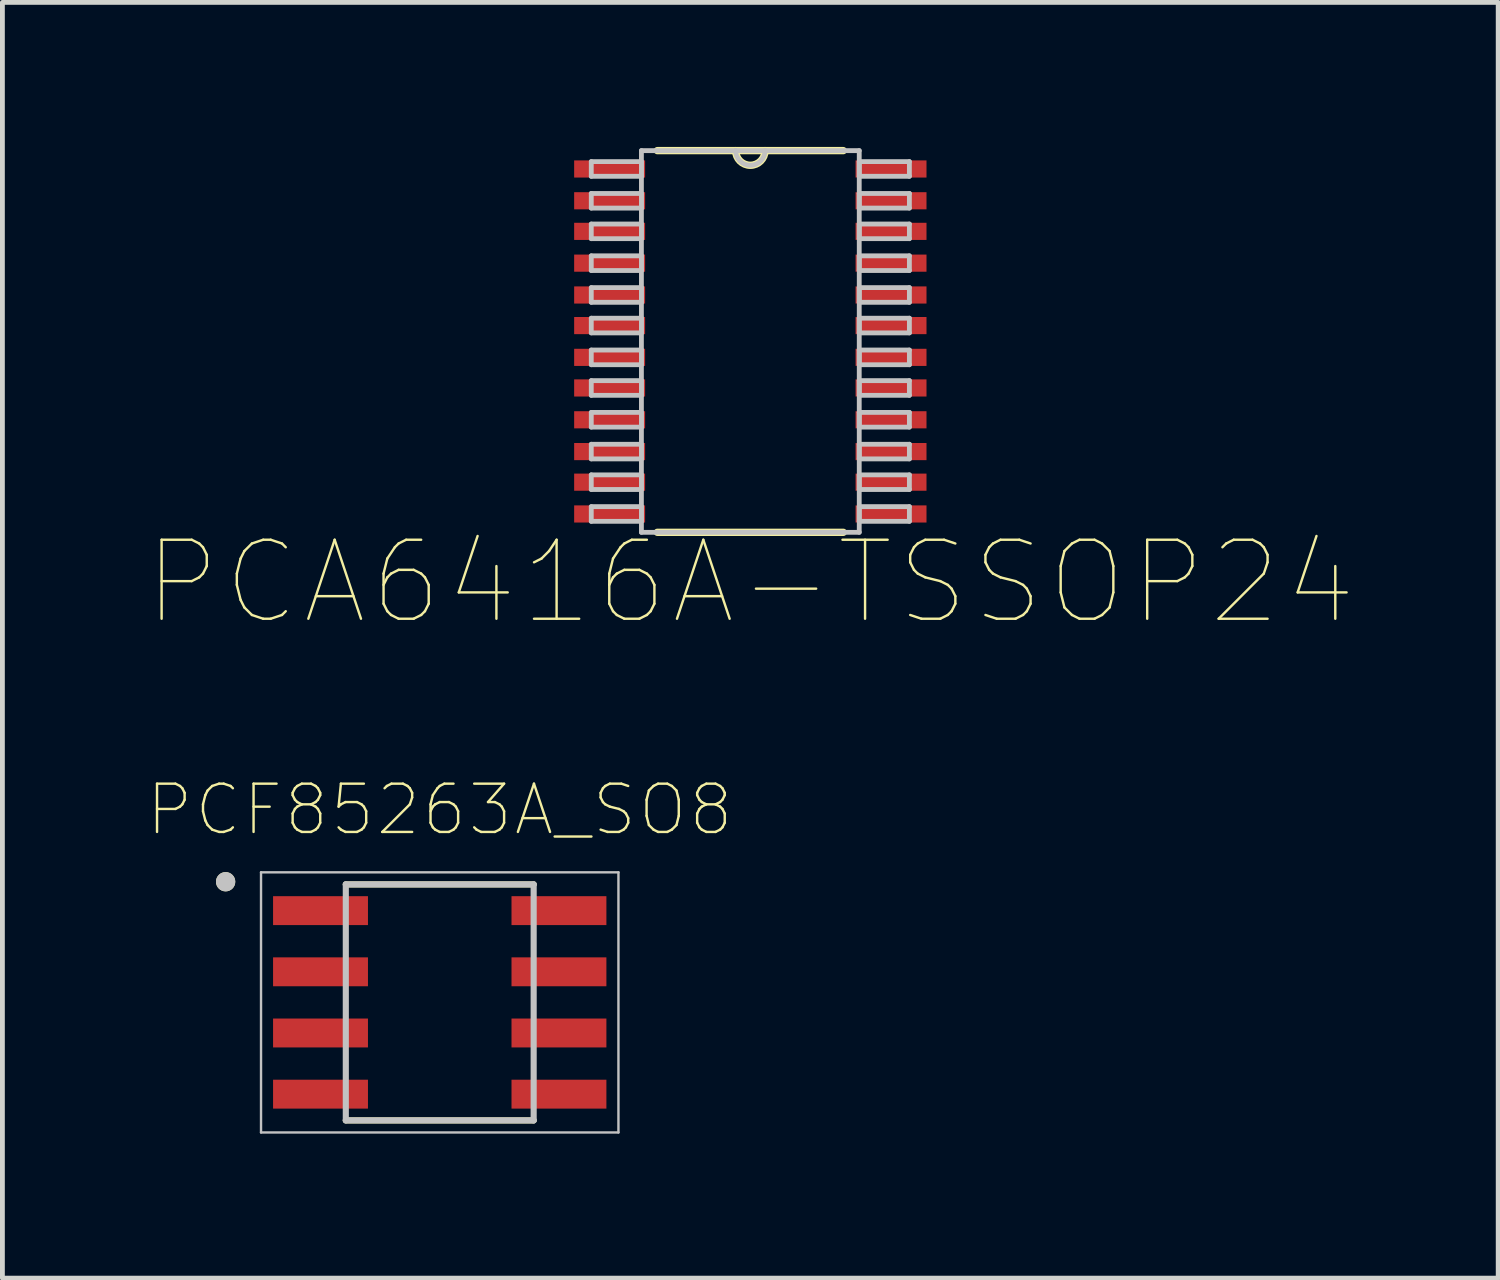
<source format=kicad_pcb>
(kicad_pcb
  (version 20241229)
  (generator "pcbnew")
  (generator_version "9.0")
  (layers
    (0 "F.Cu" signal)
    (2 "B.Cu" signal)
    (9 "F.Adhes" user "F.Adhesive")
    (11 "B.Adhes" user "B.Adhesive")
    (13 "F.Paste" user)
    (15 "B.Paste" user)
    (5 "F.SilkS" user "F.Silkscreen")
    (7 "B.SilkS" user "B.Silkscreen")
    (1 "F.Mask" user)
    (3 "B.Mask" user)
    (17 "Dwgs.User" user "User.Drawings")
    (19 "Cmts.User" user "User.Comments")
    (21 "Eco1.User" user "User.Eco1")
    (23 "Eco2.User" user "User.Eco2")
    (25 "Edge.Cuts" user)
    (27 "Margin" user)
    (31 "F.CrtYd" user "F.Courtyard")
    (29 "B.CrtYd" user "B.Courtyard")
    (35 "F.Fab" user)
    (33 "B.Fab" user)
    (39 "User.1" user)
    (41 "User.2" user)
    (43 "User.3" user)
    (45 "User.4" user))
  (footprint "PCA6416A-TSSOP24"
    (layer "F.Cu")
    (at 12.527 4.039)
    (property "Reference" "PCA6416A-TSSOP24" (at 0 5 0) (layer "F.SilkS") (effects (font (size 1.64 1.64) (thickness 0.05))))
    (attr smd)
    (fp_line (start -1.93 3.962) (end 1.93 3.962) (stroke (width 0.152) (type solid)) (layer "F.SilkS"))
    (fp_line (start -0.305 -3.962) (end -1.93 -3.962) (stroke (width 0.152) (type solid)) (layer "F.SilkS"))
    (fp_line (start 0.305 -3.962) (end -0.305 -3.962) (stroke (width 0.152) (type solid)) (layer "F.SilkS"))
    (fp_line (start 1.93 -3.962) (end 0.305 -3.962) (stroke (width 0.152) (type solid)) (layer "F.SilkS"))
    (fp_arc (start 0.3048 -3.9624) (mid 0 -3.6576) (end -0.3048 -3.9624) (stroke (width 0.1524) (type solid)) (layer "F.SilkS"))
    (fp_line (start -3.302 -3.734) (end -3.302 -3.429) (stroke (width 0.1) (type solid)) (layer "Dwgs.User"))
    (fp_line (start -3.302 -3.429) (end -2.261 -3.429) (stroke (width 0.1) (type solid)) (layer "Dwgs.User"))
    (fp_line (start -3.302 -3.073) (end -3.302 -2.769) (stroke (width 0.1) (type solid)) (layer "Dwgs.User"))
    (fp_line (start -3.302 -2.769) (end -2.261 -2.769) (stroke (width 0.1) (type solid)) (layer "Dwgs.User"))
    (fp_line (start -3.302 -2.438) (end -3.302 -2.134) (stroke (width 0.1) (type solid)) (layer "Dwgs.User"))
    (fp_line (start -3.302 -2.134) (end -2.261 -2.134) (stroke (width 0.1) (type solid)) (layer "Dwgs.User"))
    (fp_line (start -3.302 -1.778) (end -3.302 -1.473) (stroke (width 0.1) (type solid)) (layer "Dwgs.User"))
    (fp_line (start -3.302 -1.473) (end -2.261 -1.473) (stroke (width 0.1) (type solid)) (layer "Dwgs.User"))
    (fp_line (start -3.302 -1.118) (end -3.302 -0.813) (stroke (width 0.1) (type solid)) (layer "Dwgs.User"))
    (fp_line (start -3.302 -0.813) (end -2.261 -0.813) (stroke (width 0.1) (type solid)) (layer "Dwgs.User"))
    (fp_line (start -3.302 -0.483) (end -3.302 -0.178) (stroke (width 0.1) (type solid)) (layer "Dwgs.User"))
    (fp_line (start -3.302 -0.178) (end -2.261 -0.178) (stroke (width 0.1) (type solid)) (layer "Dwgs.User"))
    (fp_line (start -3.302 0.178) (end -3.302 0.483) (stroke (width 0.1) (type solid)) (layer "Dwgs.User"))
    (fp_line (start -3.302 0.483) (end -2.261 0.483) (stroke (width 0.1) (type solid)) (layer "Dwgs.User"))
    (fp_line (start -3.302 0.813) (end -3.302 1.118) (stroke (width 0.1) (type solid)) (layer "Dwgs.User"))
    (fp_line (start -3.302 1.118) (end -2.261 1.118) (stroke (width 0.1) (type solid)) (layer "Dwgs.User"))
    (fp_line (start -3.302 1.473) (end -3.302 1.778) (stroke (width 0.1) (type solid)) (layer "Dwgs.User"))
    (fp_line (start -3.302 1.778) (end -2.261 1.778) (stroke (width 0.1) (type solid)) (layer "Dwgs.User"))
    (fp_line (start -3.302 2.134) (end -3.302 2.438) (stroke (width 0.1) (type solid)) (layer "Dwgs.User"))
    (fp_line (start -3.302 2.438) (end -2.261 2.438) (stroke (width 0.1) (type solid)) (layer "Dwgs.User"))
    (fp_line (start -3.302 2.769) (end -3.302 3.073) (stroke (width 0.1) (type solid)) (layer "Dwgs.User"))
    (fp_line (start -3.302 3.073) (end -2.261 3.073) (stroke (width 0.1) (type solid)) (layer "Dwgs.User"))
    (fp_line (start -3.302 3.429) (end -3.302 3.734) (stroke (width 0.1) (type solid)) (layer "Dwgs.User"))
    (fp_line (start -3.302 3.734) (end -2.261 3.734) (stroke (width 0.1) (type solid)) (layer "Dwgs.User"))
    (fp_line (start -2.261 -3.962) (end -2.261 3.962) (stroke (width 0.1) (type solid)) (layer "Dwgs.User"))
    (fp_line (start -2.261 -3.734) (end -3.302 -3.734) (stroke (width 0.1) (type solid)) (layer "Dwgs.User"))
    (fp_line (start -2.261 -3.429) (end -2.261 -3.734) (stroke (width 0.1) (type solid)) (layer "Dwgs.User"))
    (fp_line (start -2.261 -3.073) (end -3.302 -3.073) (stroke (width 0.1) (type solid)) (layer "Dwgs.User"))
    (fp_line (start -2.261 -2.769) (end -2.261 -3.073) (stroke (width 0.1) (type solid)) (layer "Dwgs.User"))
    (fp_line (start -2.261 -2.438) (end -3.302 -2.438) (stroke (width 0.1) (type solid)) (layer "Dwgs.User"))
    (fp_line (start -2.261 -2.134) (end -2.261 -2.438) (stroke (width 0.1) (type solid)) (layer "Dwgs.User"))
    (fp_line (start -2.261 -1.778) (end -3.302 -1.778) (stroke (width 0.1) (type solid)) (layer "Dwgs.User"))
    (fp_line (start -2.261 -1.473) (end -2.261 -1.778) (stroke (width 0.1) (type solid)) (layer "Dwgs.User"))
    (fp_line (start -2.261 -1.118) (end -3.302 -1.118) (stroke (width 0.1) (type solid)) (layer "Dwgs.User"))
    (fp_line (start -2.261 -0.813) (end -2.261 -1.118) (stroke (width 0.1) (type solid)) (layer "Dwgs.User"))
    (fp_line (start -2.261 -0.483) (end -3.302 -0.483) (stroke (width 0.1) (type solid)) (layer "Dwgs.User"))
    (fp_line (start -2.261 -0.178) (end -2.261 -0.483) (stroke (width 0.1) (type solid)) (layer "Dwgs.User"))
    (fp_line (start -2.261 0.178) (end -3.302 0.178) (stroke (width 0.1) (type solid)) (layer "Dwgs.User"))
    (fp_line (start -2.261 0.483) (end -2.261 0.178) (stroke (width 0.1) (type solid)) (layer "Dwgs.User"))
    (fp_line (start -2.261 0.813) (end -3.302 0.813) (stroke (width 0.1) (type solid)) (layer "Dwgs.User"))
    (fp_line (start -2.261 1.118) (end -2.261 0.813) (stroke (width 0.1) (type solid)) (layer "Dwgs.User"))
    (fp_line (start -2.261 1.473) (end -3.302 1.473) (stroke (width 0.1) (type solid)) (layer "Dwgs.User"))
    (fp_line (start -2.261 1.778) (end -2.261 1.473) (stroke (width 0.1) (type solid)) (layer "Dwgs.User"))
    (fp_line (start -2.261 2.134) (end -3.302 2.134) (stroke (width 0.1) (type solid)) (layer "Dwgs.User"))
    (fp_line (start -2.261 2.438) (end -2.261 2.134) (stroke (width 0.1) (type solid)) (layer "Dwgs.User"))
    (fp_line (start -2.261 2.769) (end -3.302 2.769) (stroke (width 0.1) (type solid)) (layer "Dwgs.User"))
    (fp_line (start -2.261 3.073) (end -2.261 2.769) (stroke (width 0.1) (type solid)) (layer "Dwgs.User"))
    (fp_line (start -2.261 3.429) (end -3.302 3.429) (stroke (width 0.1) (type solid)) (layer "Dwgs.User"))
    (fp_line (start -2.261 3.734) (end -2.261 3.429) (stroke (width 0.1) (type solid)) (layer "Dwgs.User"))
    (fp_line (start -2.261 3.962) (end 2.261 3.962) (stroke (width 0.1) (type solid)) (layer "Dwgs.User"))
    (fp_line (start -0.305 -3.962) (end -2.261 -3.962) (stroke (width 0.1) (type solid)) (layer "Dwgs.User"))
    (fp_line (start 0.305 -3.962) (end -0.305 -3.962) (stroke (width 0.1) (type solid)) (layer "Dwgs.User"))
    (fp_line (start 2.261 -3.962) (end 0.305 -3.962) (stroke (width 0.1) (type solid)) (layer "Dwgs.User"))
    (fp_line (start 2.261 -3.734) (end 2.261 -3.429) (stroke (width 0.1) (type solid)) (layer "Dwgs.User"))
    (fp_line (start 2.261 -3.429) (end 3.302 -3.429) (stroke (width 0.1) (type solid)) (layer "Dwgs.User"))
    (fp_line (start 2.261 -3.073) (end 2.261 -2.769) (stroke (width 0.1) (type solid)) (layer "Dwgs.User"))
    (fp_line (start 2.261 -2.769) (end 3.302 -2.769) (stroke (width 0.1) (type solid)) (layer "Dwgs.User"))
    (fp_line (start 2.261 -2.438) (end 2.261 -2.134) (stroke (width 0.1) (type solid)) (layer "Dwgs.User"))
    (fp_line (start 2.261 -2.134) (end 3.302 -2.134) (stroke (width 0.1) (type solid)) (layer "Dwgs.User"))
    (fp_line (start 2.261 -1.778) (end 2.261 -1.473) (stroke (width 0.1) (type solid)) (layer "Dwgs.User"))
    (fp_line (start 2.261 -1.473) (end 3.302 -1.473) (stroke (width 0.1) (type solid)) (layer "Dwgs.User"))
    (fp_line (start 2.261 -1.118) (end 2.261 -0.813) (stroke (width 0.1) (type solid)) (layer "Dwgs.User"))
    (fp_line (start 2.261 -0.813) (end 3.302 -0.813) (stroke (width 0.1) (type solid)) (layer "Dwgs.User"))
    (fp_line (start 2.261 -0.483) (end 2.261 -0.178) (stroke (width 0.1) (type solid)) (layer "Dwgs.User"))
    (fp_line (start 2.261 -0.178) (end 3.302 -0.178) (stroke (width 0.1) (type solid)) (layer "Dwgs.User"))
    (fp_line (start 2.261 0.178) (end 2.261 0.483) (stroke (width 0.1) (type solid)) (layer "Dwgs.User"))
    (fp_line (start 2.261 0.483) (end 3.302 0.483) (stroke (width 0.1) (type solid)) (layer "Dwgs.User"))
    (fp_line (start 2.261 0.813) (end 2.261 1.118) (stroke (width 0.1) (type solid)) (layer "Dwgs.User"))
    (fp_line (start 2.261 1.118) (end 3.302 1.118) (stroke (width 0.1) (type solid)) (layer "Dwgs.User"))
    (fp_line (start 2.261 1.473) (end 2.261 1.778) (stroke (width 0.1) (type solid)) (layer "Dwgs.User"))
    (fp_line (start 2.261 1.778) (end 3.302 1.778) (stroke (width 0.1) (type solid)) (layer "Dwgs.User"))
    (fp_line (start 2.261 2.134) (end 2.261 2.438) (stroke (width 0.1) (type solid)) (layer "Dwgs.User"))
    (fp_line (start 2.261 2.438) (end 3.302 2.438) (stroke (width 0.1) (type solid)) (layer "Dwgs.User"))
    (fp_line (start 2.261 2.769) (end 2.261 3.073) (stroke (width 0.1) (type solid)) (layer "Dwgs.User"))
    (fp_line (start 2.261 3.073) (end 3.302 3.073) (stroke (width 0.1) (type solid)) (layer "Dwgs.User"))
    (fp_line (start 2.261 3.429) (end 2.261 3.734) (stroke (width 0.1) (type solid)) (layer "Dwgs.User"))
    (fp_line (start 2.261 3.734) (end 3.302 3.734) (stroke (width 0.1) (type solid)) (layer "Dwgs.User"))
    (fp_line (start 2.261 3.962) (end 2.261 -3.962) (stroke (width 0.1) (type solid)) (layer "Dwgs.User"))
    (fp_line (start 3.302 -3.734) (end 2.261 -3.734) (stroke (width 0.1) (type solid)) (layer "Dwgs.User"))
    (fp_line (start 3.302 -3.429) (end 3.302 -3.734) (stroke (width 0.1) (type solid)) (layer "Dwgs.User"))
    (fp_line (start 3.302 -3.073) (end 2.261 -3.073) (stroke (width 0.1) (type solid)) (layer "Dwgs.User"))
    (fp_line (start 3.302 -2.769) (end 3.302 -3.073) (stroke (width 0.1) (type solid)) (layer "Dwgs.User"))
    (fp_line (start 3.302 -2.438) (end 2.261 -2.438) (stroke (width 0.1) (type solid)) (layer "Dwgs.User"))
    (fp_line (start 3.302 -2.134) (end 3.302 -2.438) (stroke (width 0.1) (type solid)) (layer "Dwgs.User"))
    (fp_line (start 3.302 -1.778) (end 2.261 -1.778) (stroke (width 0.1) (type solid)) (layer "Dwgs.User"))
    (fp_line (start 3.302 -1.473) (end 3.302 -1.778) (stroke (width 0.1) (type solid)) (layer "Dwgs.User"))
    (fp_line (start 3.302 -1.118) (end 2.261 -1.118) (stroke (width 0.1) (type solid)) (layer "Dwgs.User"))
    (fp_line (start 3.302 -0.813) (end 3.302 -1.118) (stroke (width 0.1) (type solid)) (layer "Dwgs.User"))
    (fp_line (start 3.302 -0.483) (end 2.261 -0.483) (stroke (width 0.1) (type solid)) (layer "Dwgs.User"))
    (fp_line (start 3.302 -0.178) (end 3.302 -0.483) (stroke (width 0.1) (type solid)) (layer "Dwgs.User"))
    (fp_line (start 3.302 0.178) (end 2.261 0.178) (stroke (width 0.1) (type solid)) (layer "Dwgs.User"))
    (fp_line (start 3.302 0.483) (end 3.302 0.178) (stroke (width 0.1) (type solid)) (layer "Dwgs.User"))
    (fp_line (start 3.302 0.813) (end 2.261 0.813) (stroke (width 0.1) (type solid)) (layer "Dwgs.User"))
    (fp_line (start 3.302 1.118) (end 3.302 0.813) (stroke (width 0.1) (type solid)) (layer "Dwgs.User"))
    (fp_line (start 3.302 1.473) (end 2.261 1.473) (stroke (width 0.1) (type solid)) (layer "Dwgs.User"))
    (fp_line (start 3.302 1.778) (end 3.302 1.473) (stroke (width 0.1) (type solid)) (layer "Dwgs.User"))
    (fp_line (start 3.302 2.134) (end 2.261 2.134) (stroke (width 0.1) (type solid)) (layer "Dwgs.User"))
    (fp_line (start 3.302 2.438) (end 3.302 2.134) (stroke (width 0.1) (type solid)) (layer "Dwgs.User"))
    (fp_line (start 3.302 2.769) (end 2.261 2.769) (stroke (width 0.1) (type solid)) (layer "Dwgs.User"))
    (fp_line (start 3.302 3.073) (end 3.302 2.769) (stroke (width 0.1) (type solid)) (layer "Dwgs.User"))
    (fp_line (start 3.302 3.429) (end 2.261 3.429) (stroke (width 0.1) (type solid)) (layer "Dwgs.User"))
    (fp_line (start 3.302 3.734) (end 3.302 3.429) (stroke (width 0.1) (type solid)) (layer "Dwgs.User"))
    (fp_arc (start 0.3048 -3.9624) (mid 0 -3.6576) (end -0.3048 -3.9624) (stroke (width 0.1) (type solid)) (layer "Dwgs.User"))
    (pad "1" smd rect (at -2.921 -3.581) (size 1.473 0.356) (layers "F.Cu" "F.Mask" "F.Paste"))
    (pad "2" smd rect (at -2.921 -2.921) (size 1.473 0.356) (layers "F.Cu" "F.Mask" "F.Paste"))
    (pad "3" smd rect (at -2.921 -2.286) (size 1.473 0.356) (layers "F.Cu" "F.Mask" "F.Paste"))
    (pad "4" smd rect (at -2.921 -1.626) (size 1.473 0.356) (layers "F.Cu" "F.Mask" "F.Paste"))
    (pad "5" smd rect (at -2.921 -0.965) (size 1.473 0.356) (layers "F.Cu" "F.Mask" "F.Paste"))
    (pad "6" smd rect (at -2.921 -0.33) (size 1.473 0.356) (layers "F.Cu" "F.Mask" "F.Paste"))
    (pad "7" smd rect (at -2.921 0.33) (size 1.473 0.356) (layers "F.Cu" "F.Mask" "F.Paste"))
    (pad "8" smd rect (at -2.921 0.965) (size 1.473 0.356) (layers "F.Cu" "F.Mask" "F.Paste"))
    (pad "9" smd rect (at -2.921 1.626) (size 1.473 0.356) (layers "F.Cu" "F.Mask" "F.Paste"))
    (pad "10" smd rect (at -2.921 2.286) (size 1.473 0.356) (layers "F.Cu" "F.Mask" "F.Paste"))
    (pad "11" smd rect (at -2.921 2.921) (size 1.473 0.356) (layers "F.Cu" "F.Mask" "F.Paste"))
    (pad "12" smd rect (at -2.921 3.581) (size 1.473 0.356) (layers "F.Cu" "F.Mask" "F.Paste"))
    (pad "13" smd rect (at 2.921 3.581) (size 1.473 0.356) (layers "F.Cu" "F.Mask" "F.Paste"))
    (pad "14" smd rect (at 2.921 2.921) (size 1.473 0.356) (layers "F.Cu" "F.Mask" "F.Paste"))
    (pad "15" smd rect (at 2.921 2.286) (size 1.473 0.356) (layers "F.Cu" "F.Mask" "F.Paste"))
    (pad "16" smd rect (at 2.921 1.626) (size 1.473 0.356) (layers "F.Cu" "F.Mask" "F.Paste"))
    (pad "17" smd rect (at 2.921 0.965) (size 1.473 0.356) (layers "F.Cu" "F.Mask" "F.Paste"))
    (pad "18" smd rect (at 2.921 0.33) (size 1.473 0.356) (layers "F.Cu" "F.Mask" "F.Paste"))
    (pad "19" smd rect (at 2.921 -0.33) (size 1.473 0.356) (layers "F.Cu" "F.Mask" "F.Paste"))
    (pad "20" smd rect (at 2.921 -0.965) (size 1.473 0.356) (layers "F.Cu" "F.Mask" "F.Paste"))
    (pad "21" smd rect (at 2.921 -1.626) (size 1.473 0.356) (layers "F.Cu" "F.Mask" "F.Paste"))
    (pad "22" smd rect (at 2.921 -2.286) (size 1.473 0.356) (layers "F.Cu" "F.Mask" "F.Paste"))
    (pad "23" smd rect (at 2.921 -2.921) (size 1.473 0.356) (layers "F.Cu" "F.Mask" "F.Paste"))
    (pad "24" smd rect (at 2.921 -3.581) (size 1.473 0.356) (layers "F.Cu" "F.Mask" "F.Paste")))
  (footprint "PCF85263A_SO8"
    (layer "F.Cu")
    (at 6.079 17.76)
    (property "Reference" "PCF85263A_SO8" (at 0 -4 0) (layer "F.SilkS") (effects (font (size 1.002 1.002) (thickness 0.05))))
    (attr smd)
    (fp_line (start -1.95 -2.45) (end 1.95 -2.45) (stroke (width 0.127) (type solid)) (layer "F.SilkS"))
    (fp_line (start -1.95 2.45) (end 1.95 2.45) (stroke (width 0.127) (type solid)) (layer "F.SilkS"))
    (fp_circle (center -4.445 -2.505) (end -4.245 -2.505) (stroke (width 0) (type solid)) (fill yes) (layer "F.SilkS"))
    (fp_line (start -3.71 -2.7) (end -3.71 2.7) (stroke (width 0.05) (type solid)) (layer "Dwgs.User"))
    (fp_line (start -3.71 -2.7) (end 3.71 -2.7) (stroke (width 0.05) (type solid)) (layer "Dwgs.User"))
    (fp_line (start -3.71 2.7) (end 3.71 2.7) (stroke (width 0.05) (type solid)) (layer "Dwgs.User"))
    (fp_line (start -1.95 -2.45) (end -1.95 2.45) (stroke (width 0.127) (type solid)) (layer "Dwgs.User"))
    (fp_line (start -1.95 -2.45) (end 1.95 -2.45) (stroke (width 0.127) (type solid)) (layer "Dwgs.User"))
    (fp_line (start -1.95 2.45) (end 1.95 2.45) (stroke (width 0.127) (type solid)) (layer "Dwgs.User"))
    (fp_line (start 1.95 -2.45) (end 1.95 2.45) (stroke (width 0.127) (type solid)) (layer "Dwgs.User"))
    (fp_line (start 3.71 -2.7) (end 3.71 2.7) (stroke (width 0.05) (type solid)) (layer "Dwgs.User"))
    (fp_circle (center -4.445 -2.505) (end -4.245 -2.505) (stroke (width 0) (type solid)) (fill yes) (layer "Dwgs.User"))
    (pad "1" smd rect (at -2.475 -1.905) (size 1.97 0.6) (layers "F.Cu" "F.Mask" "F.Paste"))
    (pad "2" smd rect (at -2.475 -0.635) (size 1.97 0.6) (layers "F.Cu" "F.Mask" "F.Paste"))
    (pad "3" smd rect (at -2.475 0.635) (size 1.97 0.6) (layers "F.Cu" "F.Mask" "F.Paste"))
    (pad "4" smd rect (at -2.475 1.905) (size 1.97 0.6) (layers "F.Cu" "F.Mask" "F.Paste"))
    (pad "5" smd rect (at 2.475 1.905) (size 1.97 0.6) (layers "F.Cu" "F.Mask" "F.Paste"))
    (pad "6" smd rect (at 2.475 0.635) (size 1.97 0.6) (layers "F.Cu" "F.Mask" "F.Paste"))
    (pad "7" smd rect (at 2.475 -0.635) (size 1.97 0.6) (layers "F.Cu" "F.Mask" "F.Paste"))
    (pad "8" smd rect (at 2.475 -1.905) (size 1.97 0.6) (layers "F.Cu" "F.Mask" "F.Paste")))
  (gr_rect
    (start -3 -3)
    (end 28.053 23.485)
    (stroke (width 0.1) (type default))
    (fill no)
    (layer "Edge.Cuts")))
</source>
